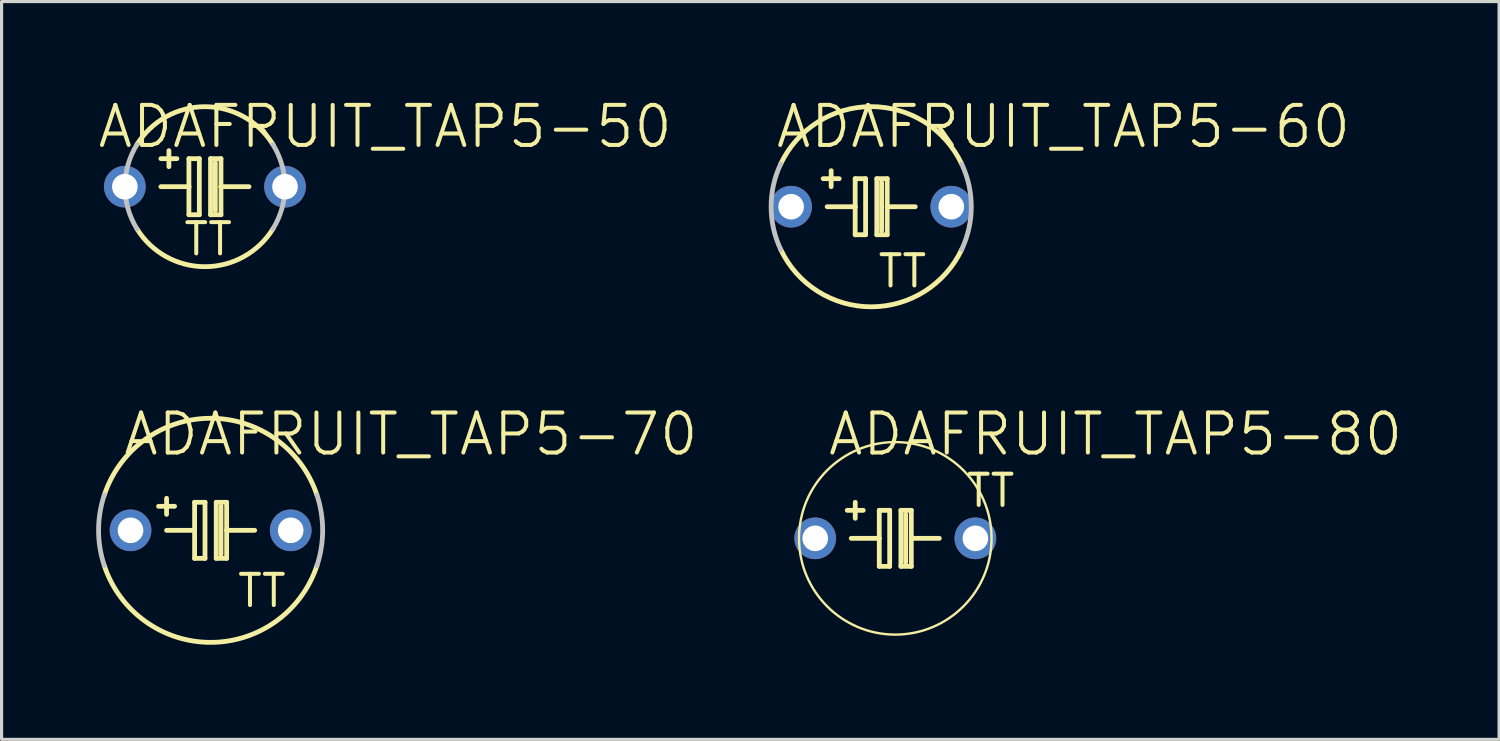
<source format=kicad_pcb>
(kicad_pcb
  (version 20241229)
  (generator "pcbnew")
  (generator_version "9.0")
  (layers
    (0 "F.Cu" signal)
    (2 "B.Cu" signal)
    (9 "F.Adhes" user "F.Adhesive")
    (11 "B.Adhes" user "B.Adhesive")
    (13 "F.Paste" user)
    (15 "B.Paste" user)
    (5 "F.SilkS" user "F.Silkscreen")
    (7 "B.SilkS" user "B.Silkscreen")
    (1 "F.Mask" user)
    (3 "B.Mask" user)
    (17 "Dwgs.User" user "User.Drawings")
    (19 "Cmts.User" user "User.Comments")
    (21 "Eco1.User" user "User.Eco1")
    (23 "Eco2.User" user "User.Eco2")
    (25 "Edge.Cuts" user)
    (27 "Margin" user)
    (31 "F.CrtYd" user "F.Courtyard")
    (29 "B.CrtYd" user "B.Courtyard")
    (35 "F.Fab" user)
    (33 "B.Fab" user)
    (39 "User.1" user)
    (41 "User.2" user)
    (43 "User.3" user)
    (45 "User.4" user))
  (footprint "ADAFRUIT_TAP5-50"
    (layer "F.Cu")
    (at 3.45 2.871)
    (property "Reference" "ADAFRUIT_TAP5-50" (at 5.715 -1.905 0) (layer "F.SilkS") (effects (font (size 1.27 1.27) (thickness 0.127))))
    (attr exclude_from_pos_files exclude_from_bom)
    (fp_line (start -1.397 0) (end -0.508 0) (stroke (width 0.152) (type solid)) (layer "F.SilkS"))
    (fp_line (start -1.143 -0.635) (end -1.143 -1.143) (stroke (width 0.152) (type solid)) (layer "F.SilkS"))
    (fp_line (start -0.889 -0.889) (end -1.397 -0.889) (stroke (width 0.152) (type solid)) (layer "F.SilkS"))
    (fp_line (start -0.508 -0.889) (end -0.508 0) (stroke (width 0.152) (type solid)) (layer "F.SilkS"))
    (fp_line (start -0.508 0) (end -0.508 0.889) (stroke (width 0.152) (type solid)) (layer "F.SilkS"))
    (fp_line (start -0.508 0.889) (end -0.178 0.889) (stroke (width 0.152) (type solid)) (layer "F.SilkS"))
    (fp_line (start -0.178 -0.889) (end -0.508 -0.889) (stroke (width 0.152) (type solid)) (layer "F.SilkS"))
    (fp_line (start -0.178 0.889) (end -0.178 -0.889) (stroke (width 0.152) (type solid)) (layer "F.SilkS"))
    (fp_line (start 0.178 -0.889) (end 0.178 0.889) (stroke (width 0.152) (type solid)) (layer "F.SilkS"))
    (fp_line (start 0.178 0.889) (end 0.508 0.889) (stroke (width 0.152) (type solid)) (layer "F.SilkS"))
    (fp_line (start 0.33 0.762) (end 0.33 -0.762) (stroke (width 0.152) (type solid)) (layer "F.SilkS"))
    (fp_line (start 0.508 -0.889) (end 0.178 -0.889) (stroke (width 0.152) (type solid)) (layer "F.SilkS"))
    (fp_line (start 0.508 0) (end 0.508 -0.889) (stroke (width 0.152) (type solid)) (layer "F.SilkS"))
    (fp_line (start 0.508 0) (end 1.397 0) (stroke (width 0.152) (type solid)) (layer "F.SilkS"))
    (fp_line (start 0.508 0.889) (end 0.508 0) (stroke (width 0.152) (type solid)) (layer "F.SilkS"))
    (fp_arc (start -2.15392 -1.34112) (mid -0.001855 -2.537316) (end 2.151957 -1.344268) (stroke (width 0.1524) (type solid)) (layer "F.SilkS"))
    (fp_arc (start 2.15392 1.34112) (mid 0.001855 2.537316) (end -2.151957 1.344268) (stroke (width 0.1524) (type solid)) (layer "F.SilkS"))
    (fp_arc (start -2.15392 1.34112) (mid -2.537316 0.000359) (end -2.154299 -1.34051) (stroke (width 0.1524) (type solid)) (layer "Dwgs.User"))
    (fp_arc (start 2.15392 -1.34112) (mid 2.537316 -0.000359) (end 2.154299 1.34051) (stroke (width 0.1524) (type solid)) (layer "Dwgs.User"))
    (fp_text user "TT" (at 0.102 1.664 0) (layer "F.SilkS") (effects (font (size 0.991 0.991) (thickness 0.127))))
    (pad "+" thru_hole circle (at -2.54 0) (size 1.321 1.321) (drill 0.813) (layers "*.Cu" "*.Paste" "*.Mask"))
    (pad "-" thru_hole circle (at 2.54 0) (size 1.321 1.321) (drill 0.813) (layers "*.Cu" "*.Paste" "*.Mask")))
  (footprint "ADAFRUIT_TAP5-60"
    (layer "F.Cu")
    (at 24.581 3.506)
    (property "Reference" "ADAFRUIT_TAP5-60" (at 6.096 -2.54 0) (layer "F.SilkS") (effects (font (size 1.27 1.27) (thickness 0.127))))
    (attr exclude_from_pos_files exclude_from_bom)
    (fp_line (start -1.397 0) (end -0.508 0) (stroke (width 0.152) (type solid)) (layer "F.SilkS"))
    (fp_line (start -1.27 -0.635) (end -1.27 -1.143) (stroke (width 0.152) (type solid)) (layer "F.SilkS"))
    (fp_line (start -1.016 -0.889) (end -1.524 -0.889) (stroke (width 0.152) (type solid)) (layer "F.SilkS"))
    (fp_line (start -0.508 -0.889) (end -0.508 0) (stroke (width 0.152) (type solid)) (layer "F.SilkS"))
    (fp_line (start -0.508 0) (end -0.508 0.889) (stroke (width 0.152) (type solid)) (layer "F.SilkS"))
    (fp_line (start -0.508 0.889) (end -0.178 0.889) (stroke (width 0.152) (type solid)) (layer "F.SilkS"))
    (fp_line (start -0.178 -0.889) (end -0.508 -0.889) (stroke (width 0.152) (type solid)) (layer "F.SilkS"))
    (fp_line (start -0.178 0.889) (end -0.178 -0.889) (stroke (width 0.152) (type solid)) (layer "F.SilkS"))
    (fp_line (start 0.178 -0.889) (end 0.178 0.889) (stroke (width 0.152) (type solid)) (layer "F.SilkS"))
    (fp_line (start 0.178 0.889) (end 0.508 0.889) (stroke (width 0.152) (type solid)) (layer "F.SilkS"))
    (fp_line (start 0.33 0.762) (end 0.33 -0.762) (stroke (width 0.152) (type solid)) (layer "F.SilkS"))
    (fp_line (start 0.508 -0.889) (end 0.178 -0.889) (stroke (width 0.152) (type solid)) (layer "F.SilkS"))
    (fp_line (start 0.508 0) (end 0.508 -0.889) (stroke (width 0.152) (type solid)) (layer "F.SilkS"))
    (fp_line (start 0.508 0) (end 1.397 0) (stroke (width 0.152) (type solid)) (layer "F.SilkS"))
    (fp_line (start 0.508 0.889) (end 0.508 0) (stroke (width 0.152) (type solid)) (layer "F.SilkS"))
    (fp_arc (start -2.8702 -1.35636) (mid -0.003112 -3.174547) (end 2.867536 -1.361984) (stroke (width 0.1524) (type solid)) (layer "F.SilkS"))
    (fp_arc (start 2.8702 1.35636) (mid 0.003112 3.174547) (end -2.867536 1.361984) (stroke (width 0.1524) (type solid)) (layer "F.SilkS"))
    (fp_arc (start -2.8702 1.35636) (mid -3.174549 -0.000341) (end -2.869908 -1.356977) (stroke (width 0.1524) (type solid)) (layer "Dwgs.User"))
    (fp_arc (start 2.8702 -1.35636) (mid 3.174549 0.000341) (end 2.869908 1.356977) (stroke (width 0.1524) (type solid)) (layer "Dwgs.User"))
    (fp_text user "TT" (at 0.991 2.045 0) (layer "F.SilkS") (effects (font (size 0.991 0.991) (thickness 0.127))))
    (pad "+" thru_hole circle (at -2.54 0) (size 1.321 1.321) (drill 0.813) (layers "*.Cu" "*.Paste" "*.Mask"))
    (pad "-" thru_hole circle (at 2.54 0) (size 1.321 1.321) (drill 0.813) (layers "*.Cu" "*.Paste" "*.Mask")))
  (footprint "ADAFRUIT_TAP5-80"
    (layer "F.Cu")
    (at 25.345 14.024)
    (property "Reference" "ADAFRUIT_TAP5-80" (at 6.985 -3.302 0) (layer "F.SilkS") (effects (font (size 1.27 1.27) (thickness 0.127))))
    (attr exclude_from_pos_files exclude_from_bom)
    (fp_line (start -1.397 0) (end -0.508 0) (stroke (width 0.152) (type solid)) (layer "F.SilkS"))
    (fp_line (start -1.27 -0.635) (end -1.27 -1.143) (stroke (width 0.152) (type solid)) (layer "F.SilkS"))
    (fp_line (start -1.016 -0.889) (end -1.524 -0.889) (stroke (width 0.152) (type solid)) (layer "F.SilkS"))
    (fp_line (start -0.508 -0.889) (end -0.508 0) (stroke (width 0.152) (type solid)) (layer "F.SilkS"))
    (fp_line (start -0.508 0) (end -0.508 0.889) (stroke (width 0.152) (type solid)) (layer "F.SilkS"))
    (fp_line (start -0.508 0.889) (end -0.178 0.889) (stroke (width 0.152) (type solid)) (layer "F.SilkS"))
    (fp_line (start -0.178 -0.889) (end -0.508 -0.889) (stroke (width 0.152) (type solid)) (layer "F.SilkS"))
    (fp_line (start -0.178 0.889) (end -0.178 -0.889) (stroke (width 0.152) (type solid)) (layer "F.SilkS"))
    (fp_line (start 0.178 -0.889) (end 0.178 0.889) (stroke (width 0.152) (type solid)) (layer "F.SilkS"))
    (fp_line (start 0.178 0.889) (end 0.508 0.889) (stroke (width 0.152) (type solid)) (layer "F.SilkS"))
    (fp_line (start 0.33 0.762) (end 0.33 -0.762) (stroke (width 0.152) (type solid)) (layer "F.SilkS"))
    (fp_line (start 0.508 -0.889) (end 0.178 -0.889) (stroke (width 0.152) (type solid)) (layer "F.SilkS"))
    (fp_line (start 0.508 0) (end 0.508 -0.889) (stroke (width 0.152) (type solid)) (layer "F.SilkS"))
    (fp_line (start 0.508 0) (end 1.397 0) (stroke (width 0.152) (type solid)) (layer "F.SilkS"))
    (fp_line (start 0.508 0.889) (end 0.508 0) (stroke (width 0.152) (type solid)) (layer "F.SilkS"))
    (fp_circle (center 0 0) (end -2.159 2.159) (stroke (width 0.076) (type solid)) (fill no) (layer "F.SilkS"))
    (fp_text user "TT" (at 3.023 -1.511 0) (layer "F.SilkS") (effects (font (size 0.991 0.991) (thickness 0.127))))
    (pad "+" thru_hole circle (at -2.54 0) (size 1.321 1.321) (drill 0.813) (layers "*.Cu" "*.Paste" "*.Mask"))
    (pad "-" thru_hole circle (at 2.54 0) (size 1.321 1.321) (drill 0.813) (layers "*.Cu" "*.Paste" "*.Mask")))
  (footprint "ADAFRUIT_TAP5-70"
    (layer "F.Cu")
    (at 3.63 13.77)
    (property "Reference" "ADAFRUIT_TAP5-70" (at 6.35 -3.048 0) (layer "F.SilkS") (effects (font (size 1.27 1.27) (thickness 0.127))))
    (attr exclude_from_pos_files exclude_from_bom)
    (fp_line (start -1.397 -0.508) (end -1.397 -1.016) (stroke (width 0.152) (type solid)) (layer "F.SilkS"))
    (fp_line (start -1.397 0) (end -0.508 0) (stroke (width 0.152) (type solid)) (layer "F.SilkS"))
    (fp_line (start -1.143 -0.762) (end -1.651 -0.762) (stroke (width 0.152) (type solid)) (layer "F.SilkS"))
    (fp_line (start -0.508 -0.889) (end -0.508 0) (stroke (width 0.152) (type solid)) (layer "F.SilkS"))
    (fp_line (start -0.508 0) (end -0.508 0.889) (stroke (width 0.152) (type solid)) (layer "F.SilkS"))
    (fp_line (start -0.508 0.889) (end -0.178 0.889) (stroke (width 0.152) (type solid)) (layer "F.SilkS"))
    (fp_line (start -0.178 -0.889) (end -0.508 -0.889) (stroke (width 0.152) (type solid)) (layer "F.SilkS"))
    (fp_line (start -0.178 0.889) (end -0.178 -0.889) (stroke (width 0.152) (type solid)) (layer "F.SilkS"))
    (fp_line (start 0.178 -0.889) (end 0.178 0.889) (stroke (width 0.152) (type solid)) (layer "F.SilkS"))
    (fp_line (start 0.178 0.889) (end 0.508 0.889) (stroke (width 0.152) (type solid)) (layer "F.SilkS"))
    (fp_line (start 0.33 0.762) (end 0.33 -0.762) (stroke (width 0.152) (type solid)) (layer "F.SilkS"))
    (fp_line (start 0.508 -0.889) (end 0.178 -0.889) (stroke (width 0.152) (type solid)) (layer "F.SilkS"))
    (fp_line (start 0.508 0) (end 0.508 -0.889) (stroke (width 0.152) (type solid)) (layer "F.SilkS"))
    (fp_line (start 0.508 0) (end 1.397 0) (stroke (width 0.152) (type solid)) (layer "F.SilkS"))
    (fp_line (start 0.508 0.889) (end 0.508 0) (stroke (width 0.152) (type solid)) (layer "F.SilkS"))
    (fp_arc (start -3.37312 -1.1176) (mid -0.004258 -3.553442) (end 3.370432 -1.125681) (stroke (width 0.1524) (type solid)) (layer "F.SilkS"))
    (fp_arc (start 3.37312 1.1176) (mid 0.004258 3.553442) (end -3.370432 1.125681) (stroke (width 0.1524) (type solid)) (layer "F.SilkS"))
    (fp_arc (start -3.37312 1.1176) (mid -3.553444 -0.001157) (end -3.372391 -1.119797) (stroke (width 0.1524) (type solid)) (layer "Dwgs.User"))
    (fp_arc (start 3.37312 -1.1176) (mid 3.553444 0.001157) (end 3.372391 1.119797) (stroke (width 0.1524) (type solid)) (layer "Dwgs.User"))
    (fp_text user "TT" (at 1.626 1.918 0) (layer "F.SilkS") (effects (font (size 0.991 0.991) (thickness 0.127))))
    (pad "+" thru_hole circle (at -2.54 0) (size 1.321 1.321) (drill 0.813) (layers "*.Cu" "*.Paste" "*.Mask"))
    (pad "-" thru_hole circle (at 2.54 0) (size 1.321 1.321) (drill 0.813) (layers "*.Cu" "*.Paste" "*.Mask")))
  (gr_rect
    (start -3 -3)
    (end 44.495 20.4)
    (stroke (width 0.1) (type default))
    (fill no)
    (layer "Edge.Cuts")))
</source>
